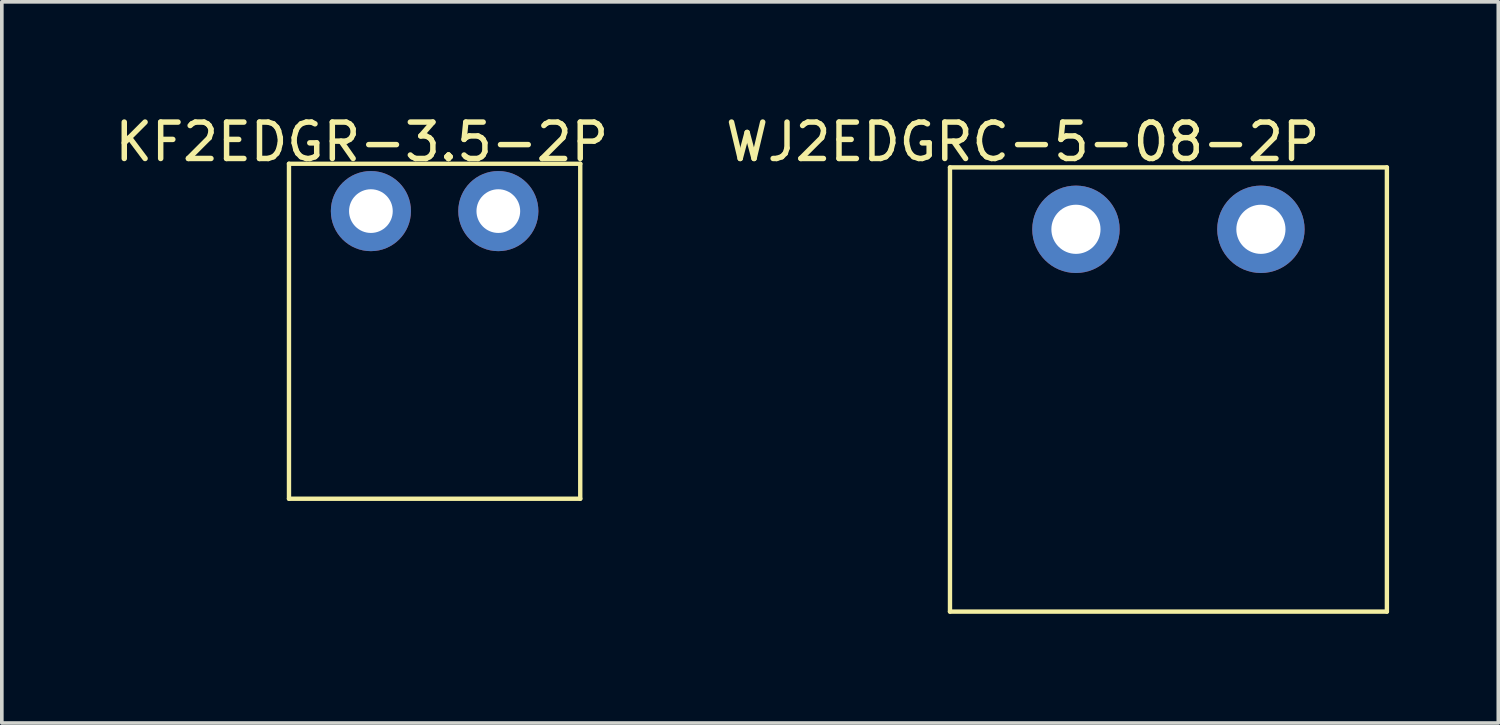
<source format=kicad_pcb>
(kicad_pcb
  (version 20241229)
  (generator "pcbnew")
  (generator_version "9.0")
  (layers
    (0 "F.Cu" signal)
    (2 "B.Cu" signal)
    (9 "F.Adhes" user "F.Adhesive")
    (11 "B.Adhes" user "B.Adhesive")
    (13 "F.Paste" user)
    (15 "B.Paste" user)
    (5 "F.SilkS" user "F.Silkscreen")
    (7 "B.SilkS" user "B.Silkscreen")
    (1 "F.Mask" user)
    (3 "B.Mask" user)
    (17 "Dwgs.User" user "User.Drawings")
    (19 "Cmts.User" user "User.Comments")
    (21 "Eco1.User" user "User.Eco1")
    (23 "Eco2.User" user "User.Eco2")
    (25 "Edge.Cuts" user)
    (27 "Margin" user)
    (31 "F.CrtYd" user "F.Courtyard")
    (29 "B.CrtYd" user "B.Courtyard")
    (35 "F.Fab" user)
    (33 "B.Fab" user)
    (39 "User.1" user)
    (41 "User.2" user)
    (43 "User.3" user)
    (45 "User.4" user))
  (footprint "KF2EDGR-3.5-2P"
    (layer "F.Cu")
    (at 8.887 10.648)
    (property "Reference" "KF2EDGR-3.5-2P" (at -2 -9.8 0) (layer "F.SilkS") (effects (font (size 1 1) (thickness 0.15))))
    (attr through_hole)
    (fp_line (start -4 -9.2) (end -4 0) (stroke (width 0.12) (type solid)) (layer "F.SilkS"))
    (fp_line (start -4 0) (end 4 0) (stroke (width 0.12) (type solid)) (layer "F.SilkS"))
    (fp_line (start 4 -9.2) (end -4 -9.2) (stroke (width 0.12) (type solid)) (layer "F.SilkS"))
    (fp_line (start 4 0) (end 4 -9.2) (stroke (width 0.12) (type solid)) (layer "F.SilkS"))
    (pad "1" thru_hole circle (at -1.75 -7.9) (size 2.2 2.2) (drill 1.2) (layers "*.Cu" "*.Mask"))
    (pad "2" thru_hole circle (at 1.75 -7.9) (size 2.2 2.2) (drill 1.2) (layers "*.Cu" "*.Mask")))
  (footprint "WJ2EDGRC-5-08-2P"
    (layer "F.Cu")
    (at 29.042 7.648)
    (property "Reference" "WJ2EDGRC-5-08-2P" (at -4 -6.8 0) (layer "F.SilkS") (effects (font (size 1 1) (thickness 0.15))))
    (attr through_hole)
    (fp_line (start -6 -6.1) (end 6 -6.1) (stroke (width 0.12) (type solid)) (layer "F.SilkS"))
    (fp_line (start -6 6.1) (end -6 -6.1) (stroke (width 0.12) (type solid)) (layer "F.SilkS"))
    (fp_line (start 6 -6.1) (end 6 6.1) (stroke (width 0.12) (type solid)) (layer "F.SilkS"))
    (fp_line (start 6 6.1) (end -6 6.1) (stroke (width 0.12) (type solid)) (layer "F.SilkS"))
    (pad "1" thru_hole circle (at -2.54 -4.4) (size 2.4 2.4) (drill 1.35) (layers "*.Cu" "*.Mask"))
    (pad "2" thru_hole circle (at 2.54 -4.4) (size 2.4 2.4) (drill 1.35) (layers "*.Cu" "*.Mask")))
  (gr_rect
    (start -3 -3)
    (end 38.102 16.808)
    (stroke (width 0.1) (type default))
    (fill no)
    (layer "Edge.Cuts")))
</source>
